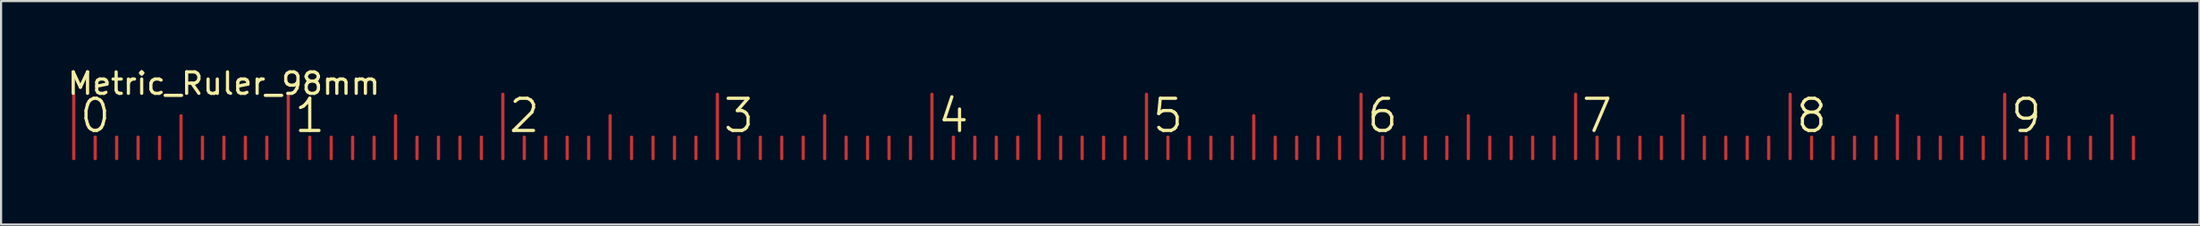
<source format=kicad_pcb>
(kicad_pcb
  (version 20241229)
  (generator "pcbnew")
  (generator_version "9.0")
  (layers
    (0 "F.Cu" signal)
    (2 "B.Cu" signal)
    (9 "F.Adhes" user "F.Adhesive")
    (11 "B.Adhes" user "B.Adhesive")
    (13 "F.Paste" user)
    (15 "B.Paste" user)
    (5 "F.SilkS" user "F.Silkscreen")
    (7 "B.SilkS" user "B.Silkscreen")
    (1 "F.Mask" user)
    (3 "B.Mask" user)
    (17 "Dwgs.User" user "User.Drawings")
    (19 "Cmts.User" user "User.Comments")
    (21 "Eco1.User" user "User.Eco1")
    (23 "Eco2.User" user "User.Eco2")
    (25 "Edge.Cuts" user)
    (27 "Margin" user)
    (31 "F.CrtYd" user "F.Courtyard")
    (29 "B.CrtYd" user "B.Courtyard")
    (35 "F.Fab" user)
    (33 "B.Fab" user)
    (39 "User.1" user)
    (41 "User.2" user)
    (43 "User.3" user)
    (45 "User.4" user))
  (footprint "Metric_Ruler_98mm"
    (layer "F.Cu")
    (at 7.387 0.348)
    (property "Reference" "Metric_Ruler_98mm" (at 0 0.5 0) (layer "F.SilkS") (effects (font (size 1 1) (thickness 0.15))))
    (attr through_hole)
    (fp_line (start -7 4) (end -7 1) (stroke (width 0.15) (type solid)) (layer "F.Cu"))
    (fp_line (start -6 4) (end -6 3) (stroke (width 0.15) (type solid)) (layer "F.Cu"))
    (fp_line (start -5 4) (end -5 3) (stroke (width 0.15) (type solid)) (layer "F.Cu"))
    (fp_line (start -4 4) (end -4 3) (stroke (width 0.15) (type solid)) (layer "F.Cu"))
    (fp_line (start -3 4) (end -3 3) (stroke (width 0.15) (type solid)) (layer "F.Cu"))
    (fp_line (start -2 4) (end -2 2) (stroke (width 0.15) (type solid)) (layer "F.Cu"))
    (fp_line (start -1 4) (end -1 3) (stroke (width 0.15) (type solid)) (layer "F.Cu"))
    (fp_line (start 0 4) (end 0 3) (stroke (width 0.15) (type solid)) (layer "F.Cu"))
    (fp_line (start 1 4) (end 1 3) (stroke (width 0.15) (type solid)) (layer "F.Cu"))
    (fp_line (start 2 4) (end 2 3) (stroke (width 0.15) (type solid)) (layer "F.Cu"))
    (fp_line (start 3 4) (end 3 1) (stroke (width 0.15) (type solid)) (layer "F.Cu"))
    (fp_line (start 4 4) (end 4 3) (stroke (width 0.15) (type solid)) (layer "F.Cu"))
    (fp_line (start 5 4) (end 5 3) (stroke (width 0.15) (type solid)) (layer "F.Cu"))
    (fp_line (start 6 4) (end 6 3) (stroke (width 0.15) (type solid)) (layer "F.Cu"))
    (fp_line (start 7 4) (end 7 3) (stroke (width 0.15) (type solid)) (layer "F.Cu"))
    (fp_line (start 8 4) (end 8 2) (stroke (width 0.15) (type solid)) (layer "F.Cu"))
    (fp_line (start 9 4) (end 9 3) (stroke (width 0.15) (type solid)) (layer "F.Cu"))
    (fp_line (start 10 4) (end 10 3) (stroke (width 0.15) (type solid)) (layer "F.Cu"))
    (fp_line (start 11 4) (end 11 3) (stroke (width 0.15) (type solid)) (layer "F.Cu"))
    (fp_line (start 12 4) (end 12 3) (stroke (width 0.15) (type solid)) (layer "F.Cu"))
    (fp_line (start 13 4) (end 13 1) (stroke (width 0.15) (type solid)) (layer "F.Cu"))
    (fp_line (start 14 4) (end 14 3) (stroke (width 0.15) (type solid)) (layer "F.Cu"))
    (fp_line (start 15 4) (end 15 3) (stroke (width 0.15) (type solid)) (layer "F.Cu"))
    (fp_line (start 16 4) (end 16 3) (stroke (width 0.15) (type solid)) (layer "F.Cu"))
    (fp_line (start 17 4) (end 17 3) (stroke (width 0.15) (type solid)) (layer "F.Cu"))
    (fp_line (start 18 4) (end 18 2) (stroke (width 0.15) (type solid)) (layer "F.Cu"))
    (fp_line (start 19 4) (end 19 3) (stroke (width 0.15) (type solid)) (layer "F.Cu"))
    (fp_line (start 20 4) (end 20 3) (stroke (width 0.15) (type solid)) (layer "F.Cu"))
    (fp_line (start 21 4) (end 21 3) (stroke (width 0.15) (type solid)) (layer "F.Cu"))
    (fp_line (start 22 4) (end 22 3) (stroke (width 0.15) (type solid)) (layer "F.Cu"))
    (fp_line (start 23 4) (end 23 1) (stroke (width 0.15) (type solid)) (layer "F.Cu"))
    (fp_line (start 24 4) (end 24 3) (stroke (width 0.15) (type solid)) (layer "F.Cu"))
    (fp_line (start 25 4) (end 25 3) (stroke (width 0.15) (type solid)) (layer "F.Cu"))
    (fp_line (start 26 4) (end 26 3) (stroke (width 0.15) (type solid)) (layer "F.Cu"))
    (fp_line (start 27 4) (end 27 3) (stroke (width 0.15) (type solid)) (layer "F.Cu"))
    (fp_line (start 28 4) (end 28 2) (stroke (width 0.15) (type solid)) (layer "F.Cu"))
    (fp_line (start 29 4) (end 29 3) (stroke (width 0.15) (type solid)) (layer "F.Cu"))
    (fp_line (start 30 4) (end 30 3) (stroke (width 0.15) (type solid)) (layer "F.Cu"))
    (fp_line (start 31 4) (end 31 3) (stroke (width 0.15) (type solid)) (layer "F.Cu"))
    (fp_line (start 32 4) (end 32 3) (stroke (width 0.15) (type solid)) (layer "F.Cu"))
    (fp_line (start 33 4) (end 33 1) (stroke (width 0.15) (type solid)) (layer "F.Cu"))
    (fp_line (start 34 4) (end 34 3) (stroke (width 0.15) (type solid)) (layer "F.Cu"))
    (fp_line (start 35 4) (end 35 3) (stroke (width 0.15) (type solid)) (layer "F.Cu"))
    (fp_line (start 36 4) (end 36 3) (stroke (width 0.15) (type solid)) (layer "F.Cu"))
    (fp_line (start 37 4) (end 37 3) (stroke (width 0.15) (type solid)) (layer "F.Cu"))
    (fp_line (start 38 4) (end 38 2) (stroke (width 0.15) (type solid)) (layer "F.Cu"))
    (fp_line (start 39 4) (end 39 3) (stroke (width 0.15) (type solid)) (layer "F.Cu"))
    (fp_line (start 40 4) (end 40 3) (stroke (width 0.15) (type solid)) (layer "F.Cu"))
    (fp_line (start 41 4) (end 41 3) (stroke (width 0.15) (type solid)) (layer "F.Cu"))
    (fp_line (start 42 4) (end 42 3) (stroke (width 0.15) (type solid)) (layer "F.Cu"))
    (fp_line (start 43 4) (end 43 1) (stroke (width 0.15) (type solid)) (layer "F.Cu"))
    (fp_line (start 44 4) (end 44 3) (stroke (width 0.15) (type solid)) (layer "F.Cu"))
    (fp_line (start 45 4) (end 45 3) (stroke (width 0.15) (type solid)) (layer "F.Cu"))
    (fp_line (start 46 4) (end 46 3) (stroke (width 0.15) (type solid)) (layer "F.Cu"))
    (fp_line (start 47 4) (end 47 3) (stroke (width 0.15) (type solid)) (layer "F.Cu"))
    (fp_line (start 48 4) (end 48 2) (stroke (width 0.15) (type solid)) (layer "F.Cu"))
    (fp_line (start 49 4) (end 49 3) (stroke (width 0.15) (type solid)) (layer "F.Cu"))
    (fp_line (start 50 4) (end 50 3) (stroke (width 0.15) (type solid)) (layer "F.Cu"))
    (fp_line (start 51 4) (end 51 3) (stroke (width 0.15) (type solid)) (layer "F.Cu"))
    (fp_line (start 52 4) (end 52 3) (stroke (width 0.15) (type solid)) (layer "F.Cu"))
    (fp_line (start 53 4) (end 53 1) (stroke (width 0.15) (type solid)) (layer "F.Cu"))
    (fp_line (start 54 4) (end 54 3) (stroke (width 0.15) (type solid)) (layer "F.Cu"))
    (fp_line (start 55 4) (end 55 3) (stroke (width 0.15) (type solid)) (layer "F.Cu"))
    (fp_line (start 56 4) (end 56 3) (stroke (width 0.15) (type solid)) (layer "F.Cu"))
    (fp_line (start 57 4) (end 57 3) (stroke (width 0.15) (type solid)) (layer "F.Cu"))
    (fp_line (start 58 4) (end 58 2) (stroke (width 0.15) (type solid)) (layer "F.Cu"))
    (fp_line (start 59 4) (end 59 3) (stroke (width 0.15) (type solid)) (layer "F.Cu"))
    (fp_line (start 60 4) (end 60 3) (stroke (width 0.15) (type solid)) (layer "F.Cu"))
    (fp_line (start 61 4) (end 61 3) (stroke (width 0.15) (type solid)) (layer "F.Cu"))
    (fp_line (start 62 4) (end 62 3) (stroke (width 0.15) (type solid)) (layer "F.Cu"))
    (fp_line (start 63 4) (end 63 1) (stroke (width 0.15) (type solid)) (layer "F.Cu"))
    (fp_line (start 64 4) (end 64 3) (stroke (width 0.15) (type solid)) (layer "F.Cu"))
    (fp_line (start 65 4) (end 65 3) (stroke (width 0.15) (type solid)) (layer "F.Cu"))
    (fp_line (start 66 4) (end 66 3) (stroke (width 0.15) (type solid)) (layer "F.Cu"))
    (fp_line (start 67 4) (end 67 3) (stroke (width 0.15) (type solid)) (layer "F.Cu"))
    (fp_line (start 68 4) (end 68 2) (stroke (width 0.15) (type solid)) (layer "F.Cu"))
    (fp_line (start 69 4) (end 69 3) (stroke (width 0.15) (type solid)) (layer "F.Cu"))
    (fp_line (start 70 4) (end 70 3) (stroke (width 0.15) (type solid)) (layer "F.Cu"))
    (fp_line (start 71 4) (end 71 3) (stroke (width 0.15) (type solid)) (layer "F.Cu"))
    (fp_line (start 72 4) (end 72 3) (stroke (width 0.15) (type solid)) (layer "F.Cu"))
    (fp_line (start 73 4) (end 73 1) (stroke (width 0.15) (type solid)) (layer "F.Cu"))
    (fp_line (start 74 4) (end 74 3) (stroke (width 0.15) (type solid)) (layer "F.Cu"))
    (fp_line (start 75 4) (end 75 3) (stroke (width 0.15) (type solid)) (layer "F.Cu"))
    (fp_line (start 76 4) (end 76 3) (stroke (width 0.15) (type solid)) (layer "F.Cu"))
    (fp_line (start 77 4) (end 77 3) (stroke (width 0.15) (type solid)) (layer "F.Cu"))
    (fp_line (start 78 4) (end 78 2) (stroke (width 0.15) (type solid)) (layer "F.Cu"))
    (fp_line (start 79 4) (end 79 3) (stroke (width 0.15) (type solid)) (layer "F.Cu"))
    (fp_line (start 80 4) (end 80 3) (stroke (width 0.15) (type solid)) (layer "F.Cu"))
    (fp_line (start 81 4) (end 81 3) (stroke (width 0.15) (type solid)) (layer "F.Cu"))
    (fp_line (start 82 4) (end 82 3) (stroke (width 0.15) (type solid)) (layer "F.Cu"))
    (fp_line (start 83 4) (end 83 1) (stroke (width 0.15) (type solid)) (layer "F.Cu"))
    (fp_line (start 84 4) (end 84 3) (stroke (width 0.15) (type solid)) (layer "F.Cu"))
    (fp_line (start 85 4) (end 85 3) (stroke (width 0.15) (type solid)) (layer "F.Cu"))
    (fp_line (start 86 4) (end 86 3) (stroke (width 0.15) (type solid)) (layer "F.Cu"))
    (fp_line (start 87 4) (end 87 3) (stroke (width 0.15) (type solid)) (layer "F.Cu"))
    (fp_line (start 88 4) (end 88 2) (stroke (width 0.15) (type solid)) (layer "F.Cu"))
    (fp_line (start 89 4) (end 89 3) (stroke (width 0.15) (type solid)) (layer "F.Cu"))
    (fp_line (start -7 1) (end -7 1) (stroke (width 0.15) (type solid)) (layer "F.Mask"))
    (fp_line (start -7 4) (end -7 1) (stroke (width 0.15) (type solid)) (layer "F.Mask"))
    (fp_line (start -6 4) (end -6 3) (stroke (width 0.15) (type solid)) (layer "F.Mask"))
    (fp_line (start -5 4) (end -5 3) (stroke (width 0.15) (type solid)) (layer "F.Mask"))
    (fp_line (start -4 4) (end -4 3) (stroke (width 0.15) (type solid)) (layer "F.Mask"))
    (fp_line (start -3 4) (end -3 3) (stroke (width 0.15) (type solid)) (layer "F.Mask"))
    (fp_line (start -2 4) (end -2 2) (stroke (width 0.15) (type solid)) (layer "F.Mask"))
    (fp_line (start -1 4) (end -1 3) (stroke (width 0.15) (type solid)) (layer "F.Mask"))
    (fp_line (start 0 4) (end 0 3) (stroke (width 0.15) (type solid)) (layer "F.Mask"))
    (fp_line (start 1 4) (end 1 3) (stroke (width 0.15) (type solid)) (layer "F.Mask"))
    (fp_line (start 2 4) (end 2 3) (stroke (width 0.15) (type solid)) (layer "F.Mask"))
    (fp_line (start 3 4) (end 3 1) (stroke (width 0.15) (type solid)) (layer "F.Mask"))
    (fp_line (start 4 4) (end 4 3) (stroke (width 0.15) (type solid)) (layer "F.Mask"))
    (fp_line (start 5 4) (end 5 3) (stroke (width 0.15) (type solid)) (layer "F.Mask"))
    (fp_line (start 6 4) (end 6 3) (stroke (width 0.15) (type solid)) (layer "F.Mask"))
    (fp_line (start 7 4) (end 7 3) (stroke (width 0.15) (type solid)) (layer "F.Mask"))
    (fp_line (start 8 4) (end 8 2) (stroke (width 0.15) (type solid)) (layer "F.Mask"))
    (fp_line (start 9 4) (end 9 3) (stroke (width 0.15) (type solid)) (layer "F.Mask"))
    (fp_line (start 10 4) (end 10 3) (stroke (width 0.15) (type solid)) (layer "F.Mask"))
    (fp_line (start 11 4) (end 11 3) (stroke (width 0.15) (type solid)) (layer "F.Mask"))
    (fp_line (start 12 4) (end 12 3) (stroke (width 0.15) (type solid)) (layer "F.Mask"))
    (fp_line (start 13 4) (end 13 1) (stroke (width 0.15) (type solid)) (layer "F.Mask"))
    (fp_line (start 14 4) (end 14 3) (stroke (width 0.15) (type solid)) (layer "F.Mask"))
    (fp_line (start 15 4) (end 15 3) (stroke (width 0.15) (type solid)) (layer "F.Mask"))
    (fp_line (start 16 4) (end 16 3) (stroke (width 0.15) (type solid)) (layer "F.Mask"))
    (fp_line (start 17 4) (end 17 3) (stroke (width 0.15) (type solid)) (layer "F.Mask"))
    (fp_line (start 18 4) (end 18 2) (stroke (width 0.15) (type solid)) (layer "F.Mask"))
    (fp_line (start 19 4) (end 19 3) (stroke (width 0.15) (type solid)) (layer "F.Mask"))
    (fp_line (start 20 4) (end 20 3) (stroke (width 0.15) (type solid)) (layer "F.Mask"))
    (fp_line (start 21 4) (end 21 3) (stroke (width 0.15) (type solid)) (layer "F.Mask"))
    (fp_line (start 22 4) (end 22 3) (stroke (width 0.15) (type solid)) (layer "F.Mask"))
    (fp_line (start 23 4) (end 23 1) (stroke (width 0.15) (type solid)) (layer "F.Mask"))
    (fp_line (start 24 4) (end 24 3) (stroke (width 0.15) (type solid)) (layer "F.Mask"))
    (fp_line (start 25 4) (end 25 3) (stroke (width 0.15) (type solid)) (layer "F.Mask"))
    (fp_line (start 26 4) (end 26 3) (stroke (width 0.15) (type solid)) (layer "F.Mask"))
    (fp_line (start 27 4) (end 27 3) (stroke (width 0.15) (type solid)) (layer "F.Mask"))
    (fp_line (start 28 4) (end 28 2) (stroke (width 0.15) (type solid)) (layer "F.Mask"))
    (fp_line (start 29 4) (end 29 3) (stroke (width 0.15) (type solid)) (layer "F.Mask"))
    (fp_line (start 30 4) (end 30 3) (stroke (width 0.15) (type solid)) (layer "F.Mask"))
    (fp_line (start 31 4) (end 31 3) (stroke (width 0.15) (type solid)) (layer "F.Mask"))
    (fp_line (start 32 4) (end 32 3) (stroke (width 0.15) (type solid)) (layer "F.Mask"))
    (fp_line (start 33 4) (end 33 1) (stroke (width 0.15) (type solid)) (layer "F.Mask"))
    (fp_line (start 34 4) (end 34 3) (stroke (width 0.15) (type solid)) (layer "F.Mask"))
    (fp_line (start 35 4) (end 35 3) (stroke (width 0.15) (type solid)) (layer "F.Mask"))
    (fp_line (start 36 4) (end 36 3) (stroke (width 0.15) (type solid)) (layer "F.Mask"))
    (fp_line (start 37 4) (end 37 3) (stroke (width 0.15) (type solid)) (layer "F.Mask"))
    (fp_line (start 38 4) (end 38 2) (stroke (width 0.15) (type solid)) (layer "F.Mask"))
    (fp_line (start 39 4) (end 39 3) (stroke (width 0.15) (type solid)) (layer "F.Mask"))
    (fp_line (start 40 4) (end 40 3) (stroke (width 0.15) (type solid)) (layer "F.Mask"))
    (fp_line (start 41 4) (end 41 3) (stroke (width 0.15) (type solid)) (layer "F.Mask"))
    (fp_line (start 42 4) (end 42 3) (stroke (width 0.15) (type solid)) (layer "F.Mask"))
    (fp_line (start 43 4) (end 43 1) (stroke (width 0.15) (type solid)) (layer "F.Mask"))
    (fp_line (start 44 4) (end 44 3) (stroke (width 0.15) (type solid)) (layer "F.Mask"))
    (fp_line (start 45 4) (end 45 3) (stroke (width 0.15) (type solid)) (layer "F.Mask"))
    (fp_line (start 46 4) (end 46 3) (stroke (width 0.15) (type solid)) (layer "F.Mask"))
    (fp_line (start 47 4) (end 47 3) (stroke (width 0.15) (type solid)) (layer "F.Mask"))
    (fp_line (start 48 4) (end 48 2) (stroke (width 0.15) (type solid)) (layer "F.Mask"))
    (fp_line (start 49 4) (end 49 3) (stroke (width 0.15) (type solid)) (layer "F.Mask"))
    (fp_line (start 50 4) (end 50 3) (stroke (width 0.15) (type solid)) (layer "F.Mask"))
    (fp_line (start 51 4) (end 51 3) (stroke (width 0.15) (type solid)) (layer "F.Mask"))
    (fp_line (start 52 4) (end 52 3) (stroke (width 0.15) (type solid)) (layer "F.Mask"))
    (fp_line (start 53 4) (end 53 1) (stroke (width 0.15) (type solid)) (layer "F.Mask"))
    (fp_line (start 54 4) (end 54 3) (stroke (width 0.15) (type solid)) (layer "F.Mask"))
    (fp_line (start 55 4) (end 55 3) (stroke (width 0.15) (type solid)) (layer "F.Mask"))
    (fp_line (start 56 4) (end 56 3) (stroke (width 0.15) (type solid)) (layer "F.Mask"))
    (fp_line (start 57 4) (end 57 3) (stroke (width 0.15) (type solid)) (layer "F.Mask"))
    (fp_line (start 58 4) (end 58 2) (stroke (width 0.15) (type solid)) (layer "F.Mask"))
    (fp_line (start 59 4) (end 59 3) (stroke (width 0.15) (type solid)) (layer "F.Mask"))
    (fp_line (start 60 4) (end 60 3) (stroke (width 0.15) (type solid)) (layer "F.Mask"))
    (fp_line (start 61 4) (end 61 3) (stroke (width 0.15) (type solid)) (layer "F.Mask"))
    (fp_line (start 62 4) (end 62 3) (stroke (width 0.15) (type solid)) (layer "F.Mask"))
    (fp_line (start 63 4) (end 63 1) (stroke (width 0.15) (type solid)) (layer "F.Mask"))
    (fp_line (start 64 4) (end 64 3) (stroke (width 0.15) (type solid)) (layer "F.Mask"))
    (fp_line (start 65 4) (end 65 3) (stroke (width 0.15) (type solid)) (layer "F.Mask"))
    (fp_line (start 66 4) (end 66 3) (stroke (width 0.15) (type solid)) (layer "F.Mask"))
    (fp_line (start 67 4) (end 67 3) (stroke (width 0.15) (type solid)) (layer "F.Mask"))
    (fp_line (start 68 4) (end 68 2) (stroke (width 0.15) (type solid)) (layer "F.Mask"))
    (fp_line (start 69 4) (end 69 3) (stroke (width 0.15) (type solid)) (layer "F.Mask"))
    (fp_line (start 70 4) (end 70 3) (stroke (width 0.15) (type solid)) (layer "F.Mask"))
    (fp_line (start 71 4) (end 71 3) (stroke (width 0.15) (type solid)) (layer "F.Mask"))
    (fp_line (start 72 4) (end 72 3) (stroke (width 0.15) (type solid)) (layer "F.Mask"))
    (fp_line (start 73 4) (end 73 1) (stroke (width 0.15) (type solid)) (layer "F.Mask"))
    (fp_line (start 74 4) (end 74 3) (stroke (width 0.15) (type solid)) (layer "F.Mask"))
    (fp_line (start 75 4) (end 75 3) (stroke (width 0.15) (type solid)) (layer "F.Mask"))
    (fp_line (start 76 4) (end 76 3) (stroke (width 0.15) (type solid)) (layer "F.Mask"))
    (fp_line (start 77 4) (end 77 3) (stroke (width 0.15) (type solid)) (layer "F.Mask"))
    (fp_line (start 78 4) (end 78 2) (stroke (width 0.15) (type solid)) (layer "F.Mask"))
    (fp_line (start 79 4) (end 79 3) (stroke (width 0.15) (type solid)) (layer "F.Mask"))
    (fp_line (start 80 4) (end 80 3) (stroke (width 0.15) (type solid)) (layer "F.Mask"))
    (fp_line (start 81 4) (end 81 3) (stroke (width 0.15) (type solid)) (layer "F.Mask"))
    (fp_line (start 82 4) (end 82 3) (stroke (width 0.15) (type solid)) (layer "F.Mask"))
    (fp_line (start 83 4) (end 83 1) (stroke (width 0.15) (type solid)) (layer "F.Mask"))
    (fp_line (start 84 4) (end 84 3) (stroke (width 0.15) (type solid)) (layer "F.Mask"))
    (fp_line (start 85 4) (end 85 3) (stroke (width 0.15) (type solid)) (layer "F.Mask"))
    (fp_line (start 86 4) (end 86 3) (stroke (width 0.15) (type solid)) (layer "F.Mask"))
    (fp_line (start 87 4) (end 87 3) (stroke (width 0.15) (type solid)) (layer "F.Mask"))
    (fp_line (start 88 4) (end 88 2) (stroke (width 0.15) (type solid)) (layer "F.Mask"))
    (fp_line (start 89 4) (end 89 3) (stroke (width 0.15) (type solid)) (layer "F.Mask"))
    (fp_text user "7" (at 64 2 0) (layer "F.SilkS") (effects (font (size 1.5 1.5) (thickness 0.15))))
    (fp_text user "5" (at 44 2 0) (layer "F.SilkS") (effects (font (size 1.5 1.5) (thickness 0.15))))
    (fp_text user "0" (at -6 2 0) (layer "F.SilkS") (effects (font (size 1.5 1.5) (thickness 0.15))))
    (fp_text user "6" (at 54 2 0) (layer "F.SilkS") (effects (font (size 1.5 1.5) (thickness 0.15))))
    (fp_text user "8" (at 74 2 0) (layer "F.SilkS") (effects (font (size 1.5 1.5) (thickness 0.15))))
    (fp_text user "2" (at 14 2 0) (layer "F.SilkS") (effects (font (size 1.5 1.5) (thickness 0.15))))
    (fp_text user "9" (at 84 2 0) (layer "F.SilkS") (effects (font (size 1.5 1.5) (thickness 0.15))))
    (fp_text user "3" (at 24 2 0) (layer "F.SilkS") (effects (font (size 1.5 1.5) (thickness 0.15))))
    (fp_text user "4" (at 34 2 0) (layer "F.SilkS") (effects (font (size 1.5 1.5) (thickness 0.15))))
    (fp_text user "1" (at 4 2 0) (layer "F.SilkS") (effects (font (size 1.5 1.5) (thickness 0.15)))))
  (gr_rect
    (start -3 -3)
    (end 99.462 7.423)
    (stroke (width 0.1) (type default))
    (fill no)
    (layer "Edge.Cuts")))
</source>
